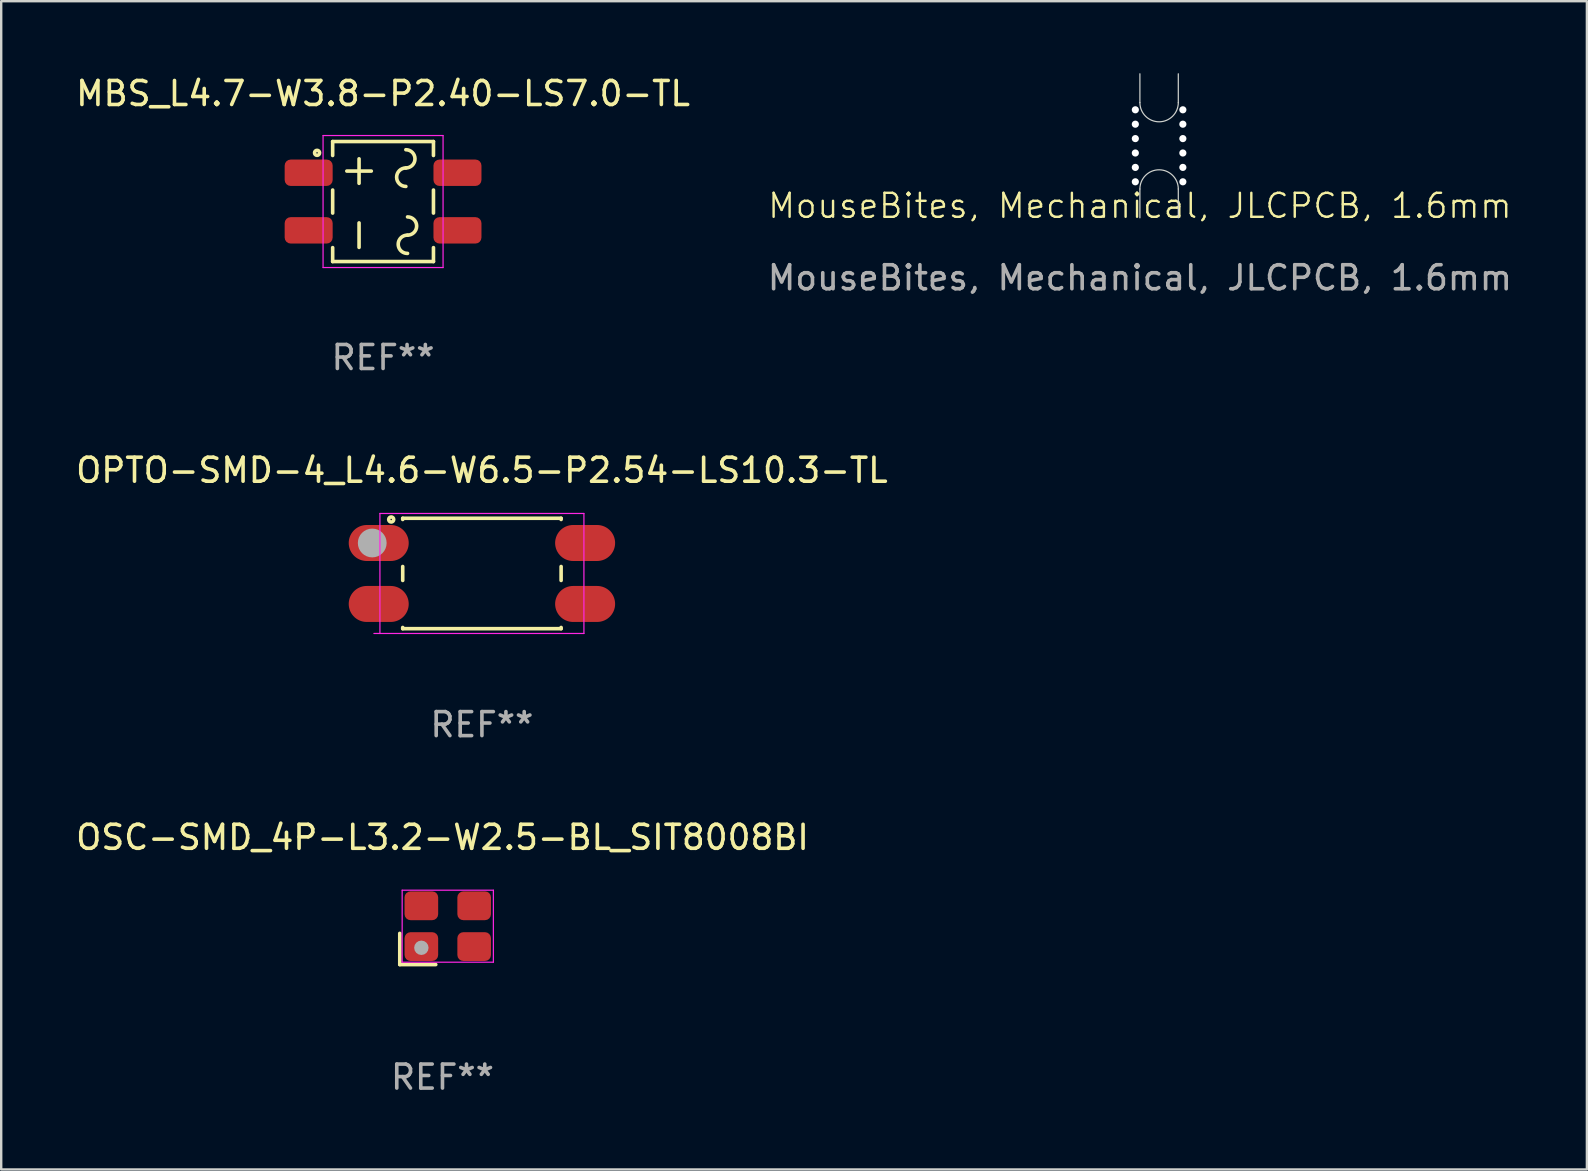
<source format=kicad_pcb>
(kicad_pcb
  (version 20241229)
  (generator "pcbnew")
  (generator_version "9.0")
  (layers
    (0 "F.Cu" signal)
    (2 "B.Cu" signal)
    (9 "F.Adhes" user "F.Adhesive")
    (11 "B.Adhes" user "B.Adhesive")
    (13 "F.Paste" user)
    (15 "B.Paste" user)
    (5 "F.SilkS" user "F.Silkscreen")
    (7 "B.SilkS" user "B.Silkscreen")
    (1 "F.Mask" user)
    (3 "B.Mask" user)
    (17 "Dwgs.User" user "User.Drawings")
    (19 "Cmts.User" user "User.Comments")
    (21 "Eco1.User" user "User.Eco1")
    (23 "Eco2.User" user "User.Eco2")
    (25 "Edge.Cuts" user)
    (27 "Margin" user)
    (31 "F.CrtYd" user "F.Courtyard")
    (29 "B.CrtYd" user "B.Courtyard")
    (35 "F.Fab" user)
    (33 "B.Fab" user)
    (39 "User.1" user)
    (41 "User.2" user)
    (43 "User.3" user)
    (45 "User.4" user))
  (footprint "MBS_L4.7-W3.8-P2.40-LS7.0-TL"
    (layer "F.Cu")
    (at 12.911 5.348)
    (property "Reference" "MBS_L4.7-W3.8-P2.40-LS7.0-TL" (at 0 -4.5 0) (layer "F.SilkS") (effects (font (size 1 1) (thickness 0.15))))
    (attr smd)
    (fp_line (start -2.1 -2.5) (end -2.1 -1.92) (stroke (width 0.15) (type solid)) (layer "F.SilkS"))
    (fp_line (start -2.1 -0.48) (end -2.1 0.48) (stroke (width 0.15) (type solid)) (layer "F.SilkS"))
    (fp_line (start -2.1 1.92) (end -2.1 2.5) (stroke (width 0.15) (type solid)) (layer "F.SilkS"))
    (fp_line (start -1.51 -1.27) (end -0.49 -1.27) (stroke (width 0.15) (type solid)) (layer "F.SilkS"))
    (fp_line (start -1 -0.76) (end -1 -1.78) (stroke (width 0.15) (type solid)) (layer "F.SilkS"))
    (fp_line (start -1 1.91) (end -1 0.89) (stroke (width 0.15) (type solid)) (layer "F.SilkS"))
    (fp_line (start 2.1 -2.5) (end -2.1 -2.5) (stroke (width 0.15) (type solid)) (layer "F.SilkS"))
    (fp_line (start 2.1 -2.5) (end 2.1 -1.92) (stroke (width 0.15) (type solid)) (layer "F.SilkS"))
    (fp_line (start 2.1 -0.48) (end 2.1 0.48) (stroke (width 0.15) (type solid)) (layer "F.SilkS"))
    (fp_line (start 2.1 1.92) (end 2.1 2.5) (stroke (width 0.15) (type solid)) (layer "F.SilkS"))
    (fp_line (start 2.1 2.5) (end -2.1 2.5) (stroke (width 0.15) (type solid)) (layer "F.SilkS"))
    (fp_arc (start 0.95 -2.16) (mid 1.33 -1.78) (end 0.95 -1.4) (stroke (width 0.15) (type solid)) (layer "F.SilkS"))
    (fp_arc (start 0.95 -0.63) (mid 0.57 -1.02) (end 0.95 -1.4) (stroke (width 0.15) (type solid)) (layer "F.SilkS"))
    (fp_arc (start 1.02 0.64) (mid 1.4 1.02) (end 1.02 1.4) (stroke (width 0.15) (type solid)) (layer "F.SilkS"))
    (fp_arc (start 1.02 2.16) (mid 0.63 1.78) (end 1.02 1.4) (stroke (width 0.15) (type solid)) (layer "F.SilkS"))
    (fp_circle (center -2.75 -2.03) (end -2.72 -2.03) (stroke (width 0.15) (type solid)) (fill no) (layer "F.SilkS"))
    (fp_line (start -2.5 -2.75) (end 2.5 -2.75) (stroke (width 0.05) (type default)) (layer "F.CrtYd"))
    (fp_line (start -2.5 2.75) (end -2.5 -2.75) (stroke (width 0.05) (type default)) (layer "F.CrtYd"))
    (fp_line (start 2.5 -2.75) (end 2.5 2.75) (stroke (width 0.05) (type default)) (layer "F.CrtYd"))
    (fp_line (start 2.5 2.75) (end -2.5 2.75) (stroke (width 0.05) (type default)) (layer "F.CrtYd"))
    (fp_text user "REF**" (at 0 6.5 0) (layer "F.Fab") (effects (font (size 1 1) (thickness 0.15))))
    (pad "1" smd roundrect (at -3.1 -1.2) (size 2 1.1) (layers "F.Cu" "F.Mask" "F.Paste") (roundrect_rratio 0.227))
    (pad "2" smd roundrect (at -3.1 1.2) (size 2 1.1) (layers "F.Cu" "F.Mask" "F.Paste") (roundrect_rratio 0.227))
    (pad "3" smd roundrect (at 3.1 1.2) (size 2 1.1) (layers "F.Cu" "F.Mask" "F.Paste") (roundrect_rratio 0.227))
    (pad "4" smd roundrect (at 3.1 -1.2) (size 2 1.1) (layers "F.Cu" "F.Mask" "F.Paste") (roundrect_rratio 0.227)))
  (footprint "OSC-SMD_4P-L3.2-W2.5-BL_SIT8008BI"
    (layer "F.Cu")
    (at 15.607 35.541)
    (property "Reference" "OSC-SMD_4P-L3.2-W2.5-BL_SIT8008BI" (at -0.22 -3.7 0) (layer "F.SilkS") (effects (font (size 1 1) (thickness 0.15))))
    (attr smd)
    (fp_line (start -2 0.3) (end -2 1.6) (stroke (width 0.15) (type default)) (layer "F.SilkS"))
    (fp_line (start -2 1.6) (end -0.5 1.6) (stroke (width 0.15) (type default)) (layer "F.SilkS"))
    (fp_line (start -1.9 -1.5) (end 1.9 -1.5) (stroke (width 0.05) (type default)) (layer "F.CrtYd"))
    (fp_line (start -1.9 1.5) (end -1.9 -1.5) (stroke (width 0.05) (type default)) (layer "F.CrtYd"))
    (fp_line (start 1.9 -1.5) (end 1.9 1.5) (stroke (width 0.05) (type default)) (layer "F.CrtYd"))
    (fp_line (start 1.9 1.5) (end -1.9 1.5) (stroke (width 0.05) (type default)) (layer "F.CrtYd"))
    (fp_circle (center -1.1 0.9) (end -0.95 0.9) (stroke (width 0.3) (type solid)) (fill no) (layer "F.Fab"))
    (fp_text user "REF**" (at -0.22 6.29 0) (layer "F.Fab") (effects (font (size 1 1) (thickness 0.15))))
    (pad "1" smd roundrect (at -1.1 0.85) (size 1.4 1.2) (layers "F.Cu" "F.Mask" "F.Paste") (roundrect_rratio 0.208))
    (pad "2" smd roundrect (at 1.1 0.85) (size 1.4 1.2) (layers "F.Cu" "F.Mask" "F.Paste") (roundrect_rratio 0.208))
    (pad "3" smd roundrect (at 1.1 -0.85) (size 1.4 1.2) (layers "F.Cu" "F.Mask" "F.Paste") (roundrect_rratio 0.208))
    (pad "4" smd roundrect (at -1.1 -0.85) (size 1.4 1.2) (layers "F.Cu" "F.Mask" "F.Paste") (roundrect_rratio 0.208))
    (zone (net_name "") (layer "F.Cu") (hatch edge 0.5) (connect_pads) (min_thickness 0.25) (filled_areas_thickness no) (keepout (tracks allowed) (vias allowed) (pads allowed) (copperpour not_allowed) (footprints not_allowed)) (placement (enabled no)) (fill) (polygon (pts (xy 13.607 33.941) (xy 17.607 33.941) (xy 17.607 37.141) (xy 13.607 37.141)))))
  (footprint "OPTO-SMD-4_L4.6-W6.5-P2.54-LS10.3-TL"
    (layer "F.Cu")
    (at 17.03 20.845)
    (property "Reference" "OPTO-SMD-4_L4.6-W6.5-P2.54-LS10.3-TL" (at 0 -4.3 0) (layer "F.SilkS") (effects (font (size 1 1) (thickness 0.15))))
    (attr smd)
    (fp_line (start -3.3 -2.3) (end -3.3 -2.25) (stroke (width 0.15) (type solid)) (layer "F.SilkS"))
    (fp_line (start -3.3 -2.3) (end 3.3 -2.3) (stroke (width 0.15) (type solid)) (layer "F.SilkS"))
    (fp_line (start -3.3 -0.29) (end -3.3 0.29) (stroke (width 0.15) (type solid)) (layer "F.SilkS"))
    (fp_line (start -3.3 2.25) (end -3.3 2.3) (stroke (width 0.15) (type solid)) (layer "F.SilkS"))
    (fp_line (start 3.3 -2.3) (end 3.3 -2.25) (stroke (width 0.15) (type solid)) (layer "F.SilkS"))
    (fp_line (start 3.3 -0.29) (end 3.3 0.29) (stroke (width 0.15) (type solid)) (layer "F.SilkS"))
    (fp_line (start 3.3 2.25) (end 3.3 2.3) (stroke (width 0.15) (type solid)) (layer "F.SilkS"))
    (fp_line (start 3.3 2.3) (end -3.3 2.3) (stroke (width 0.15) (type solid)) (layer "F.SilkS"))
    (fp_circle (center -3.78 -2.25) (end -3.75 -2.25) (stroke (width 0.15) (type solid)) (fill no) (layer "F.SilkS"))
    (fp_line (start -4.25 -2.5) (end 4.25 -2.5) (stroke (width 0.05) (type default)) (layer "F.CrtYd"))
    (fp_line (start -4.25 2.5) (end -4.25 -2.5) (stroke (width 0.05) (type default)) (layer "F.CrtYd"))
    (fp_line (start 4.25 -2.5) (end 4.25 2.5) (stroke (width 0.05) (type default)) (layer "F.CrtYd"))
    (fp_line (start 4.25 2.5) (end -4.5 2.5) (stroke (width 0.05) (type default)) (layer "F.CrtYd"))
    (fp_circle (center -4.57 -1.27) (end -4.27 -1.27) (stroke (width 0.6) (type solid)) (fill no) (layer "F.Fab"))
    (fp_text user "REF**" (at 0 6.3 0) (layer "F.Fab") (effects (font (size 1 1) (thickness 0.15))))
    (pad "1" smd oval (at -4.3 -1.27 90) (size 1.5 2.5) (layers "F.Cu" "F.Mask" "F.Paste"))
    (pad "2" smd oval (at -4.3 1.27 90) (size 1.5 2.5) (layers "F.Cu" "F.Mask" "F.Paste"))
    (pad "3" smd oval (at 4.3 1.27 90) (size 1.5 2.5) (layers "F.Cu" "F.Mask" "F.Paste"))
    (pad "4" smd oval (at 4.3 -1.27 90) (size 1.5 2.5) (layers "F.Cu" "F.Mask" "F.Paste")))
  (footprint "MouseBites, Mechanical, JLCPCB, 1.6mm"
    (layer "F.Cu")
    (at 44.446 6.025)
    (property "Reference" "MouseBites, Mechanical, JLCPCB, 1.6mm" (at 0 -0.5 0) (unlocked yes) (layer "F.SilkS") (effects (font (size 1 1) (thickness 0.1))))
    (fp_line (start 0 -6) (end 0 -4.8) (stroke (width 0.05) (type default)) (layer "Edge.Cuts"))
    (fp_line (start 0 0) (end 0 -1.2) (stroke (width 0.05) (type default)) (layer "Edge.Cuts"))
    (fp_line (start 1.6 -6) (end 1.6 -4.8) (stroke (width 0.05) (type default)) (layer "Edge.Cuts"))
    (fp_line (start 1.6 0) (end 1.6 -1.2) (stroke (width 0.05) (type default)) (layer "Edge.Cuts"))
    (fp_arc (start 0 -1.2) (mid 0.8 -2) (end 1.6 -1.2) (stroke (width 0.05) (type default)) (layer "Edge.Cuts"))
    (fp_arc (start 1.6 -4.8) (mid 0.8 -4) (end 0 -4.8) (stroke (width 0.05) (type default)) (layer "Edge.Cuts"))
    (fp_text user "${REFERENCE}" (at 0 2.5 0) (unlocked yes) (layer "F.Fab") (effects (font (size 1 1) (thickness 0.15))))
    (pad "" np_thru_hole circle (at -0.19 -4.5 90) (size 0.3 0.3) (drill 0.38) (layers "*.Cu" "*.Mask"))
    (pad "" np_thru_hole circle (at -0.19 -3.9 90) (size 0.3 0.3) (drill 0.38) (layers "*.Cu" "*.Mask"))
    (pad "" np_thru_hole circle (at -0.19 -3.3 90) (size 0.3 0.3) (drill 0.38) (layers "*.Cu" "*.Mask"))
    (pad "" np_thru_hole circle (at -0.19 -2.7 90) (size 0.3 0.3) (drill 0.38) (layers "*.Cu" "*.Mask"))
    (pad "" np_thru_hole circle (at -0.19 -2.1 90) (size 0.3 0.3) (drill 0.38) (layers "*.Cu" "*.Mask"))
    (pad "" np_thru_hole circle (at -0.19 -1.5 90) (size 0.3 0.3) (drill 0.38) (layers "*.Cu" "*.Mask"))
    (pad "" np_thru_hole circle (at 1.79 -4.5 90) (size 0.3 0.3) (drill 0.38) (layers "*.Cu" "*.Mask"))
    (pad "" np_thru_hole circle (at 1.79 -3.9 90) (size 0.3 0.3) (drill 0.38) (layers "*.Cu" "*.Mask"))
    (pad "" np_thru_hole circle (at 1.79 -3.3 90) (size 0.3 0.3) (drill 0.38) (layers "*.Cu" "*.Mask"))
    (pad "" np_thru_hole circle (at 1.79 -2.7 90) (size 0.3 0.3) (drill 0.38) (layers "*.Cu" "*.Mask"))
    (pad "" np_thru_hole circle (at 1.79 -2.1 90) (size 0.3 0.3) (drill 0.38) (layers "*.Cu" "*.Mask"))
    (pad "" np_thru_hole circle (at 1.79 -1.5 90) (size 0.3 0.3) (drill 0.38) (layers "*.Cu" "*.Mask")))
  (gr_rect
    (start -3 -3)
    (end 63.071 45.679)
    (stroke (width 0.1) (type default))
    (fill no)
    (layer "Edge.Cuts")))
</source>
